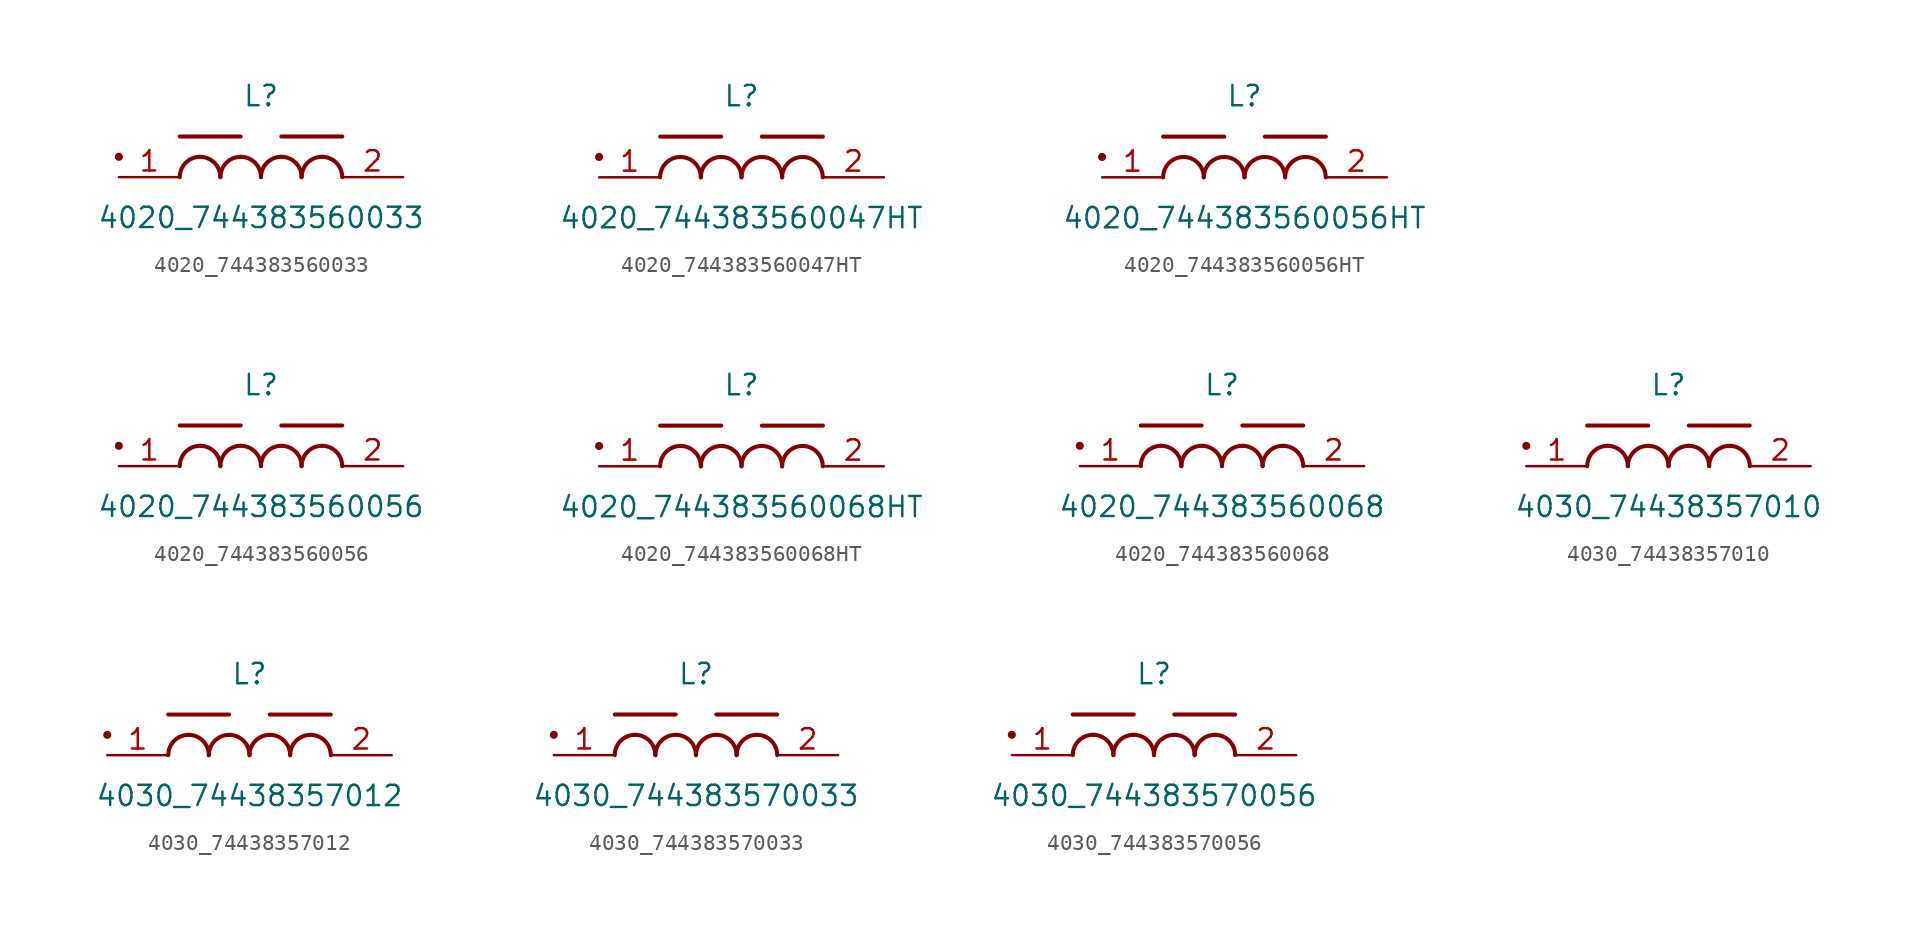
<source format=kicad_sym>
(kicad_symbol_lib
  (version 20211014)
  (generator kicad_symbol_editor)
  (symbol "Inductor_Wurth_WE-MAPI:4020_744383560033"
    (pin_names hide)
    (property "Reference" "L"
      (at 0 5.08 0)
      (effects (font (size 1.27 1.27))))
    (property "Value" "4020_744383560033"
      (at 0 -2.54 0)
      (effects (font (size 1.27 1.27))))
    (symbol "4020_744383560033_0_1"
      (circle (center -8.89 1.27) (radius 0.0001) (stroke (width 0.254)) (stroke (width 0.254) (type default) (color 0 0 0 0)) (fill (type none)))
      (arc (start -3.81 1.27) (mid -4.708 0.898) (end -5.08 0) (stroke (width 0.254) (type default) (color 0 0 0 0)) (fill (type none)))
      (arc (start -2.54 0) (mid -2.912 0.898) (end -3.81 1.27) (stroke (width 0.254) (type default) (color 0 0 0 0)) (fill (type none)))
      (arc (start -1.2699 1.2701) (mid -2.1679 0.8981) (end -2.5399 0.0001) (stroke (width 0.254) (type default) (color 0 0 0 0)) (fill (type none)))
      (polyline (pts (xy -5.08 2.54) (xy -1.27 2.54)) (stroke (width 0.254) (type default) (color 0 0 0 0)) (fill (type none)))
      (polyline (pts (xy 5.08 2.54) (xy 1.27 2.54)) (stroke (width 0.254) (type default) (color 0 0 0 0)) (fill (type none)))
      (arc (start 0.0001 0.0001) (mid -0.3719 0.8981) (end -1.2699 1.2701) (stroke (width 0.254) (type default) (color 0 0 0 0)) (fill (type none)))
      (arc (start 1.2701 1.2701) (mid 0.3721 0.8981) (end 0.0001 0.0001) (stroke (width 0.254) (type default) (color 0 0 0 0)) (fill (type none)))
      (arc (start 2.5401 0.0001) (mid 2.1681 0.8981) (end 1.2701 1.2701) (stroke (width 0.254) (type default) (color 0 0 0 0)) (fill (type none)))
      (arc (start 3.8101 1.2701) (mid 2.9121 0.8981) (end 2.5401 0.0001) (stroke (width 0.254) (type default) (color 0 0 0 0)) (fill (type none)))
      (arc (start 5.0801 0.0001) (mid 4.7081 0.8981) (end 3.8101 1.2701) (stroke (width 0.254) (type default) (color 0 0 0 0)) (fill (type none))))
    (symbol "4020_744383560033_1_1"
      (pin passive line (at -8.89 0 0) (length 3.81) (name "1" (effects (font (size 1.27 1.27)))) (number "1" (effects (font (size 1.27 1.27)))))
      (pin passive line (at 8.89 0 180) (length 3.81) (name "2" (effects (font (size 1.27 1.27)))) (number "2" (effects (font (size 1.27 1.27)))))))
  (symbol "Inductor_Wurth_WE-MAPI:4020_744383560047HT"
    (pin_names hide)
    (property "Reference" "L"
      (at 0 5.08 0)
      (effects (font (size 1.27 1.27))))
    (property "Value" "4020_744383560047HT"
      (at 0 -2.54 0)
      (effects (font (size 1.27 1.27))))
    (symbol "4020_744383560047HT_0_1"
      (circle (center -8.89 1.27) (radius 0.0001) (stroke (width 0.254)) (stroke (width 0.254) (type default) (color 0 0 0 0)) (fill (type none)))
      (arc (start -3.81 1.27) (mid -4.708 0.898) (end -5.08 0) (stroke (width 0.254) (type default) (color 0 0 0 0)) (fill (type none)))
      (arc (start -2.54 0) (mid -2.912 0.898) (end -3.81 1.27) (stroke (width 0.254) (type default) (color 0 0 0 0)) (fill (type none)))
      (arc (start -1.2699 1.2701) (mid -2.1679 0.8981) (end -2.5399 0.0001) (stroke (width 0.254) (type default) (color 0 0 0 0)) (fill (type none)))
      (polyline (pts (xy -5.08 2.54) (xy -1.27 2.54)) (stroke (width 0.254) (type default) (color 0 0 0 0)) (fill (type none)))
      (polyline (pts (xy 5.08 2.54) (xy 1.27 2.54)) (stroke (width 0.254) (type default) (color 0 0 0 0)) (fill (type none)))
      (arc (start 0.0001 0.0001) (mid -0.3719 0.8981) (end -1.2699 1.2701) (stroke (width 0.254) (type default) (color 0 0 0 0)) (fill (type none)))
      (arc (start 1.2701 1.2701) (mid 0.3721 0.8981) (end 0.0001 0.0001) (stroke (width 0.254) (type default) (color 0 0 0 0)) (fill (type none)))
      (arc (start 2.5401 0.0001) (mid 2.1681 0.8981) (end 1.2701 1.2701) (stroke (width 0.254) (type default) (color 0 0 0 0)) (fill (type none)))
      (arc (start 3.8101 1.2701) (mid 2.9121 0.8981) (end 2.5401 0.0001) (stroke (width 0.254) (type default) (color 0 0 0 0)) (fill (type none)))
      (arc (start 5.0801 0.0001) (mid 4.7081 0.8981) (end 3.8101 1.2701) (stroke (width 0.254) (type default) (color 0 0 0 0)) (fill (type none))))
    (symbol "4020_744383560047HT_1_1"
      (pin passive line (at -8.89 0 0) (length 3.81) (name "1" (effects (font (size 1.27 1.27)))) (number "1" (effects (font (size 1.27 1.27)))))
      (pin passive line (at 8.89 0 180) (length 3.81) (name "2" (effects (font (size 1.27 1.27)))) (number "2" (effects (font (size 1.27 1.27)))))))
  (symbol "Inductor_Wurth_WE-MAPI:4020_744383560056HT"
    (pin_names hide)
    (property "Reference" "L"
      (at 0 5.08 0)
      (effects (font (size 1.27 1.27))))
    (property "Value" "4020_744383560056HT"
      (at 0 -2.54 0)
      (effects (font (size 1.27 1.27))))
    (symbol "4020_744383560056HT_0_1"
      (circle (center -8.89 1.27) (radius 0.0001) (stroke (width 0.254)) (stroke (width 0.254) (type default) (color 0 0 0 0)) (fill (type none)))
      (arc (start -3.81 1.27) (mid -4.708 0.898) (end -5.08 0) (stroke (width 0.254) (type default) (color 0 0 0 0)) (fill (type none)))
      (arc (start -2.54 0) (mid -2.912 0.898) (end -3.81 1.27) (stroke (width 0.254) (type default) (color 0 0 0 0)) (fill (type none)))
      (arc (start -1.2699 1.2701) (mid -2.1679 0.8981) (end -2.5399 0.0001) (stroke (width 0.254) (type default) (color 0 0 0 0)) (fill (type none)))
      (polyline (pts (xy -5.08 2.54) (xy -1.27 2.54)) (stroke (width 0.254) (type default) (color 0 0 0 0)) (fill (type none)))
      (polyline (pts (xy 5.08 2.54) (xy 1.27 2.54)) (stroke (width 0.254) (type default) (color 0 0 0 0)) (fill (type none)))
      (arc (start 0.0001 0.0001) (mid -0.3719 0.8981) (end -1.2699 1.2701) (stroke (width 0.254) (type default) (color 0 0 0 0)) (fill (type none)))
      (arc (start 1.2701 1.2701) (mid 0.3721 0.8981) (end 0.0001 0.0001) (stroke (width 0.254) (type default) (color 0 0 0 0)) (fill (type none)))
      (arc (start 2.5401 0.0001) (mid 2.1681 0.8981) (end 1.2701 1.2701) (stroke (width 0.254) (type default) (color 0 0 0 0)) (fill (type none)))
      (arc (start 3.8101 1.2701) (mid 2.9121 0.8981) (end 2.5401 0.0001) (stroke (width 0.254) (type default) (color 0 0 0 0)) (fill (type none)))
      (arc (start 5.0801 0.0001) (mid 4.7081 0.8981) (end 3.8101 1.2701) (stroke (width 0.254) (type default) (color 0 0 0 0)) (fill (type none))))
    (symbol "4020_744383560056HT_1_1"
      (pin passive line (at -8.89 0 0) (length 3.81) (name "1" (effects (font (size 1.27 1.27)))) (number "1" (effects (font (size 1.27 1.27)))))
      (pin passive line (at 8.89 0 180) (length 3.81) (name "2" (effects (font (size 1.27 1.27)))) (number "2" (effects (font (size 1.27 1.27)))))))
  (symbol "Inductor_Wurth_WE-MAPI:4020_744383560056"
    (pin_names hide)
    (property "Reference" "L"
      (at 0 5.08 0)
      (effects (font (size 1.27 1.27))))
    (property "Value" "4020_744383560056"
      (at 0 -2.54 0)
      (effects (font (size 1.27 1.27))))
    (symbol "4020_744383560056_0_1"
      (circle (center -8.89 1.27) (radius 0.0001) (stroke (width 0.254)) (stroke (width 0.254) (type default) (color 0 0 0 0)) (fill (type none)))
      (arc (start -3.81 1.27) (mid -4.708 0.898) (end -5.08 0) (stroke (width 0.254) (type default) (color 0 0 0 0)) (fill (type none)))
      (arc (start -2.54 0) (mid -2.912 0.898) (end -3.81 1.27) (stroke (width 0.254) (type default) (color 0 0 0 0)) (fill (type none)))
      (arc (start -1.2699 1.2701) (mid -2.1679 0.8981) (end -2.5399 0.0001) (stroke (width 0.254) (type default) (color 0 0 0 0)) (fill (type none)))
      (polyline (pts (xy -5.08 2.54) (xy -1.27 2.54)) (stroke (width 0.254) (type default) (color 0 0 0 0)) (fill (type none)))
      (polyline (pts (xy 5.08 2.54) (xy 1.27 2.54)) (stroke (width 0.254) (type default) (color 0 0 0 0)) (fill (type none)))
      (arc (start 0.0001 0.0001) (mid -0.3719 0.8981) (end -1.2699 1.2701) (stroke (width 0.254) (type default) (color 0 0 0 0)) (fill (type none)))
      (arc (start 1.2701 1.2701) (mid 0.3721 0.8981) (end 0.0001 0.0001) (stroke (width 0.254) (type default) (color 0 0 0 0)) (fill (type none)))
      (arc (start 2.5401 0.0001) (mid 2.1681 0.8981) (end 1.2701 1.2701) (stroke (width 0.254) (type default) (color 0 0 0 0)) (fill (type none)))
      (arc (start 3.8101 1.2701) (mid 2.9121 0.8981) (end 2.5401 0.0001) (stroke (width 0.254) (type default) (color 0 0 0 0)) (fill (type none)))
      (arc (start 5.0801 0.0001) (mid 4.7081 0.8981) (end 3.8101 1.2701) (stroke (width 0.254) (type default) (color 0 0 0 0)) (fill (type none))))
    (symbol "4020_744383560056_1_1"
      (pin passive line (at -8.89 0 0) (length 3.81) (name "1" (effects (font (size 1.27 1.27)))) (number "1" (effects (font (size 1.27 1.27)))))
      (pin passive line (at 8.89 0 180) (length 3.81) (name "2" (effects (font (size 1.27 1.27)))) (number "2" (effects (font (size 1.27 1.27)))))))
  (symbol "Inductor_Wurth_WE-MAPI:4020_744383560068HT"
    (pin_names hide)
    (property "Reference" "L"
      (at 0 5.08 0)
      (effects (font (size 1.27 1.27))))
    (property "Value" "4020_744383560068HT"
      (at 0 -2.54 0)
      (effects (font (size 1.27 1.27))))
    (symbol "4020_744383560068HT_0_1"
      (circle (center -8.89 1.27) (radius 0.0001) (stroke (width 0.254)) (stroke (width 0.254) (type default) (color 0 0 0 0)) (fill (type none)))
      (arc (start -3.81 1.27) (mid -4.708 0.898) (end -5.08 0) (stroke (width 0.254) (type default) (color 0 0 0 0)) (fill (type none)))
      (arc (start -2.54 0) (mid -2.912 0.898) (end -3.81 1.27) (stroke (width 0.254) (type default) (color 0 0 0 0)) (fill (type none)))
      (arc (start -1.2699 1.2701) (mid -2.1679 0.8981) (end -2.5399 0.0001) (stroke (width 0.254) (type default) (color 0 0 0 0)) (fill (type none)))
      (polyline (pts (xy -5.08 2.54) (xy -1.27 2.54)) (stroke (width 0.254) (type default) (color 0 0 0 0)) (fill (type none)))
      (polyline (pts (xy 5.08 2.54) (xy 1.27 2.54)) (stroke (width 0.254) (type default) (color 0 0 0 0)) (fill (type none)))
      (arc (start 0.0001 0.0001) (mid -0.3719 0.8981) (end -1.2699 1.2701) (stroke (width 0.254) (type default) (color 0 0 0 0)) (fill (type none)))
      (arc (start 1.2701 1.2701) (mid 0.3721 0.8981) (end 0.0001 0.0001) (stroke (width 0.254) (type default) (color 0 0 0 0)) (fill (type none)))
      (arc (start 2.5401 0.0001) (mid 2.1681 0.8981) (end 1.2701 1.2701) (stroke (width 0.254) (type default) (color 0 0 0 0)) (fill (type none)))
      (arc (start 3.8101 1.2701) (mid 2.9121 0.8981) (end 2.5401 0.0001) (stroke (width 0.254) (type default) (color 0 0 0 0)) (fill (type none)))
      (arc (start 5.0801 0.0001) (mid 4.7081 0.8981) (end 3.8101 1.2701) (stroke (width 0.254) (type default) (color 0 0 0 0)) (fill (type none))))
    (symbol "4020_744383560068HT_1_1"
      (pin passive line (at -8.89 0 0) (length 3.81) (name "1" (effects (font (size 1.27 1.27)))) (number "1" (effects (font (size 1.27 1.27)))))
      (pin passive line (at 8.89 0 180) (length 3.81) (name "2" (effects (font (size 1.27 1.27)))) (number "2" (effects (font (size 1.27 1.27)))))))
  (symbol "Inductor_Wurth_WE-MAPI:4020_744383560068"
    (pin_names hide)
    (property "Reference" "L"
      (at 0 5.08 0)
      (effects (font (size 1.27 1.27))))
    (property "Value" "4020_744383560068"
      (at 0 -2.54 0)
      (effects (font (size 1.27 1.27))))
    (symbol "4020_744383560068_0_1"
      (circle (center -8.89 1.27) (radius 0.0001) (stroke (width 0.254)) (stroke (width 0.254) (type default) (color 0 0 0 0)) (fill (type none)))
      (arc (start -3.81 1.27) (mid -4.708 0.898) (end -5.08 0) (stroke (width 0.254) (type default) (color 0 0 0 0)) (fill (type none)))
      (arc (start -2.54 0) (mid -2.912 0.898) (end -3.81 1.27) (stroke (width 0.254) (type default) (color 0 0 0 0)) (fill (type none)))
      (arc (start -1.2699 1.2701) (mid -2.1679 0.8981) (end -2.5399 0.0001) (stroke (width 0.254) (type default) (color 0 0 0 0)) (fill (type none)))
      (polyline (pts (xy -5.08 2.54) (xy -1.27 2.54)) (stroke (width 0.254) (type default) (color 0 0 0 0)) (fill (type none)))
      (polyline (pts (xy 5.08 2.54) (xy 1.27 2.54)) (stroke (width 0.254) (type default) (color 0 0 0 0)) (fill (type none)))
      (arc (start 0.0001 0.0001) (mid -0.3719 0.8981) (end -1.2699 1.2701) (stroke (width 0.254) (type default) (color 0 0 0 0)) (fill (type none)))
      (arc (start 1.2701 1.2701) (mid 0.3721 0.8981) (end 0.0001 0.0001) (stroke (width 0.254) (type default) (color 0 0 0 0)) (fill (type none)))
      (arc (start 2.5401 0.0001) (mid 2.1681 0.8981) (end 1.2701 1.2701) (stroke (width 0.254) (type default) (color 0 0 0 0)) (fill (type none)))
      (arc (start 3.8101 1.2701) (mid 2.9121 0.8981) (end 2.5401 0.0001) (stroke (width 0.254) (type default) (color 0 0 0 0)) (fill (type none)))
      (arc (start 5.0801 0.0001) (mid 4.7081 0.8981) (end 3.8101 1.2701) (stroke (width 0.254) (type default) (color 0 0 0 0)) (fill (type none))))
    (symbol "4020_744383560068_1_1"
      (pin passive line (at -8.89 0 0) (length 3.81) (name "1" (effects (font (size 1.27 1.27)))) (number "1" (effects (font (size 1.27 1.27)))))
      (pin passive line (at 8.89 0 180) (length 3.81) (name "2" (effects (font (size 1.27 1.27)))) (number "2" (effects (font (size 1.27 1.27)))))))
  (symbol "Inductor_Wurth_WE-MAPI:4030_74438357010"
    (pin_names hide)
    (property "Reference" "L"
      (at 0 5.08 0)
      (effects (font (size 1.27 1.27))))
    (property "Value" "4030_74438357010"
      (at 0 -2.54 0)
      (effects (font (size 1.27 1.27))))
    (symbol "4030_74438357010_0_1"
      (circle (center -8.89 1.27) (radius 0.0001) (stroke (width 0.254)) (stroke (width 0.254) (type default) (color 0 0 0 0)) (fill (type none)))
      (arc (start -3.81 1.27) (mid -4.708 0.898) (end -5.08 0) (stroke (width 0.254) (type default) (color 0 0 0 0)) (fill (type none)))
      (arc (start -2.54 0) (mid -2.912 0.898) (end -3.81 1.27) (stroke (width 0.254) (type default) (color 0 0 0 0)) (fill (type none)))
      (arc (start -1.2699 1.2701) (mid -2.1679 0.8981) (end -2.5399 0.0001) (stroke (width 0.254) (type default) (color 0 0 0 0)) (fill (type none)))
      (polyline (pts (xy -5.08 2.54) (xy -1.27 2.54)) (stroke (width 0.254) (type default) (color 0 0 0 0)) (fill (type none)))
      (polyline (pts (xy 5.08 2.54) (xy 1.27 2.54)) (stroke (width 0.254) (type default) (color 0 0 0 0)) (fill (type none)))
      (arc (start 0.0001 0.0001) (mid -0.3719 0.8981) (end -1.2699 1.2701) (stroke (width 0.254) (type default) (color 0 0 0 0)) (fill (type none)))
      (arc (start 1.2701 1.2701) (mid 0.3721 0.8981) (end 0.0001 0.0001) (stroke (width 0.254) (type default) (color 0 0 0 0)) (fill (type none)))
      (arc (start 2.5401 0.0001) (mid 2.1681 0.8981) (end 1.2701 1.2701) (stroke (width 0.254) (type default) (color 0 0 0 0)) (fill (type none)))
      (arc (start 3.8101 1.2701) (mid 2.9121 0.8981) (end 2.5401 0.0001) (stroke (width 0.254) (type default) (color 0 0 0 0)) (fill (type none)))
      (arc (start 5.0801 0.0001) (mid 4.7081 0.8981) (end 3.8101 1.2701) (stroke (width 0.254) (type default) (color 0 0 0 0)) (fill (type none))))
    (symbol "4030_74438357010_1_1"
      (pin passive line (at -8.89 0 0) (length 3.81) (name "1" (effects (font (size 1.27 1.27)))) (number "1" (effects (font (size 1.27 1.27)))))
      (pin passive line (at 8.89 0 180) (length 3.81) (name "2" (effects (font (size 1.27 1.27)))) (number "2" (effects (font (size 1.27 1.27)))))))
  (symbol "Inductor_Wurth_WE-MAPI:4030_74438357012"
    (pin_names hide)
    (property "Reference" "L"
      (at 0 5.08 0)
      (effects (font (size 1.27 1.27))))
    (property "Value" "4030_74438357012"
      (at 0 -2.54 0)
      (effects (font (size 1.27 1.27))))
    (symbol "4030_74438357012_0_1"
      (circle (center -8.89 1.27) (radius 0.0001) (stroke (width 0.254)) (stroke (width 0.254) (type default) (color 0 0 0 0)) (fill (type none)))
      (arc (start -3.81 1.27) (mid -4.708 0.898) (end -5.08 0) (stroke (width 0.254) (type default) (color 0 0 0 0)) (fill (type none)))
      (arc (start -2.54 0) (mid -2.912 0.898) (end -3.81 1.27) (stroke (width 0.254) (type default) (color 0 0 0 0)) (fill (type none)))
      (arc (start -1.2699 1.2701) (mid -2.1679 0.8981) (end -2.5399 0.0001) (stroke (width 0.254) (type default) (color 0 0 0 0)) (fill (type none)))
      (polyline (pts (xy -5.08 2.54) (xy -1.27 2.54)) (stroke (width 0.254) (type default) (color 0 0 0 0)) (fill (type none)))
      (polyline (pts (xy 5.08 2.54) (xy 1.27 2.54)) (stroke (width 0.254) (type default) (color 0 0 0 0)) (fill (type none)))
      (arc (start 0.0001 0.0001) (mid -0.3719 0.8981) (end -1.2699 1.2701) (stroke (width 0.254) (type default) (color 0 0 0 0)) (fill (type none)))
      (arc (start 1.2701 1.2701) (mid 0.3721 0.8981) (end 0.0001 0.0001) (stroke (width 0.254) (type default) (color 0 0 0 0)) (fill (type none)))
      (arc (start 2.5401 0.0001) (mid 2.1681 0.8981) (end 1.2701 1.2701) (stroke (width 0.254) (type default) (color 0 0 0 0)) (fill (type none)))
      (arc (start 3.8101 1.2701) (mid 2.9121 0.8981) (end 2.5401 0.0001) (stroke (width 0.254) (type default) (color 0 0 0 0)) (fill (type none)))
      (arc (start 5.0801 0.0001) (mid 4.7081 0.8981) (end 3.8101 1.2701) (stroke (width 0.254) (type default) (color 0 0 0 0)) (fill (type none))))
    (symbol "4030_74438357012_1_1"
      (pin passive line (at -8.89 0 0) (length 3.81) (name "1" (effects (font (size 1.27 1.27)))) (number "1" (effects (font (size 1.27 1.27)))))
      (pin passive line (at 8.89 0 180) (length 3.81) (name "2" (effects (font (size 1.27 1.27)))) (number "2" (effects (font (size 1.27 1.27)))))))
  (symbol "Inductor_Wurth_WE-MAPI:4030_744383570033"
    (pin_names hide)
    (property "Reference" "L"
      (at 0 5.08 0)
      (effects (font (size 1.27 1.27))))
    (property "Value" "4030_744383570033"
      (at 0 -2.54 0)
      (effects (font (size 1.27 1.27))))
    (symbol "4030_744383570033_0_1"
      (circle (center -8.89 1.27) (radius 0.0001) (stroke (width 0.254)) (stroke (width 0.254) (type default) (color 0 0 0 0)) (fill (type none)))
      (arc (start -3.81 1.27) (mid -4.708 0.898) (end -5.08 0) (stroke (width 0.254) (type default) (color 0 0 0 0)) (fill (type none)))
      (arc (start -2.54 0) (mid -2.912 0.898) (end -3.81 1.27) (stroke (width 0.254) (type default) (color 0 0 0 0)) (fill (type none)))
      (arc (start -1.2699 1.2701) (mid -2.1679 0.8981) (end -2.5399 0.0001) (stroke (width 0.254) (type default) (color 0 0 0 0)) (fill (type none)))
      (polyline (pts (xy -5.08 2.54) (xy -1.27 2.54)) (stroke (width 0.254) (type default) (color 0 0 0 0)) (fill (type none)))
      (polyline (pts (xy 5.08 2.54) (xy 1.27 2.54)) (stroke (width 0.254) (type default) (color 0 0 0 0)) (fill (type none)))
      (arc (start 0.0001 0.0001) (mid -0.3719 0.8981) (end -1.2699 1.2701) (stroke (width 0.254) (type default) (color 0 0 0 0)) (fill (type none)))
      (arc (start 1.2701 1.2701) (mid 0.3721 0.8981) (end 0.0001 0.0001) (stroke (width 0.254) (type default) (color 0 0 0 0)) (fill (type none)))
      (arc (start 2.5401 0.0001) (mid 2.1681 0.8981) (end 1.2701 1.2701) (stroke (width 0.254) (type default) (color 0 0 0 0)) (fill (type none)))
      (arc (start 3.8101 1.2701) (mid 2.9121 0.8981) (end 2.5401 0.0001) (stroke (width 0.254) (type default) (color 0 0 0 0)) (fill (type none)))
      (arc (start 5.0801 0.0001) (mid 4.7081 0.8981) (end 3.8101 1.2701) (stroke (width 0.254) (type default) (color 0 0 0 0)) (fill (type none))))
    (symbol "4030_744383570033_1_1"
      (pin passive line (at -8.89 0 0) (length 3.81) (name "1" (effects (font (size 1.27 1.27)))) (number "1" (effects (font (size 1.27 1.27)))))
      (pin passive line (at 8.89 0 180) (length 3.81) (name "2" (effects (font (size 1.27 1.27)))) (number "2" (effects (font (size 1.27 1.27)))))))
  (symbol "Inductor_Wurth_WE-MAPI:4030_744383570056"
    (pin_names hide)
    (property "Reference" "L"
      (at 0 5.08 0)
      (effects (font (size 1.27 1.27))))
    (property "Value" "4030_744383570056"
      (at 0 -2.54 0)
      (effects (font (size 1.27 1.27))))
    (symbol "4030_744383570056_0_1"
      (circle (center -8.89 1.27) (radius 0.0001) (stroke (width 0.254)) (stroke (width 0.254) (type default) (color 0 0 0 0)) (fill (type none)))
      (arc (start -3.81 1.27) (mid -4.708 0.898) (end -5.08 0) (stroke (width 0.254) (type default) (color 0 0 0 0)) (fill (type none)))
      (arc (start -2.54 0) (mid -2.912 0.898) (end -3.81 1.27) (stroke (width 0.254) (type default) (color 0 0 0 0)) (fill (type none)))
      (arc (start -1.2699 1.2701) (mid -2.1679 0.8981) (end -2.5399 0.0001) (stroke (width 0.254) (type default) (color 0 0 0 0)) (fill (type none)))
      (polyline (pts (xy -5.08 2.54) (xy -1.27 2.54)) (stroke (width 0.254) (type default) (color 0 0 0 0)) (fill (type none)))
      (polyline (pts (xy 5.08 2.54) (xy 1.27 2.54)) (stroke (width 0.254) (type default) (color 0 0 0 0)) (fill (type none)))
      (arc (start 0.0001 0.0001) (mid -0.3719 0.8981) (end -1.2699 1.2701) (stroke (width 0.254) (type default) (color 0 0 0 0)) (fill (type none)))
      (arc (start 1.2701 1.2701) (mid 0.3721 0.8981) (end 0.0001 0.0001) (stroke (width 0.254) (type default) (color 0 0 0 0)) (fill (type none)))
      (arc (start 2.5401 0.0001) (mid 2.1681 0.8981) (end 1.2701 1.2701) (stroke (width 0.254) (type default) (color 0 0 0 0)) (fill (type none)))
      (arc (start 3.8101 1.2701) (mid 2.9121 0.8981) (end 2.5401 0.0001) (stroke (width 0.254) (type default) (color 0 0 0 0)) (fill (type none)))
      (arc (start 5.0801 0.0001) (mid 4.7081 0.8981) (end 3.8101 1.2701) (stroke (width 0.254) (type default) (color 0 0 0 0)) (fill (type none))))
    (symbol "4030_744383570056_1_1"
      (pin passive line (at -8.89 0 0) (length 3.81) (name "1" (effects (font (size 1.27 1.27)))) (number "1" (effects (font (size 1.27 1.27)))))
      (pin passive line (at 8.89 0 180) (length 3.81) (name "2" (effects (font (size 1.27 1.27)))) (number "2" (effects (font (size 1.27 1.27))))))))
</source>
